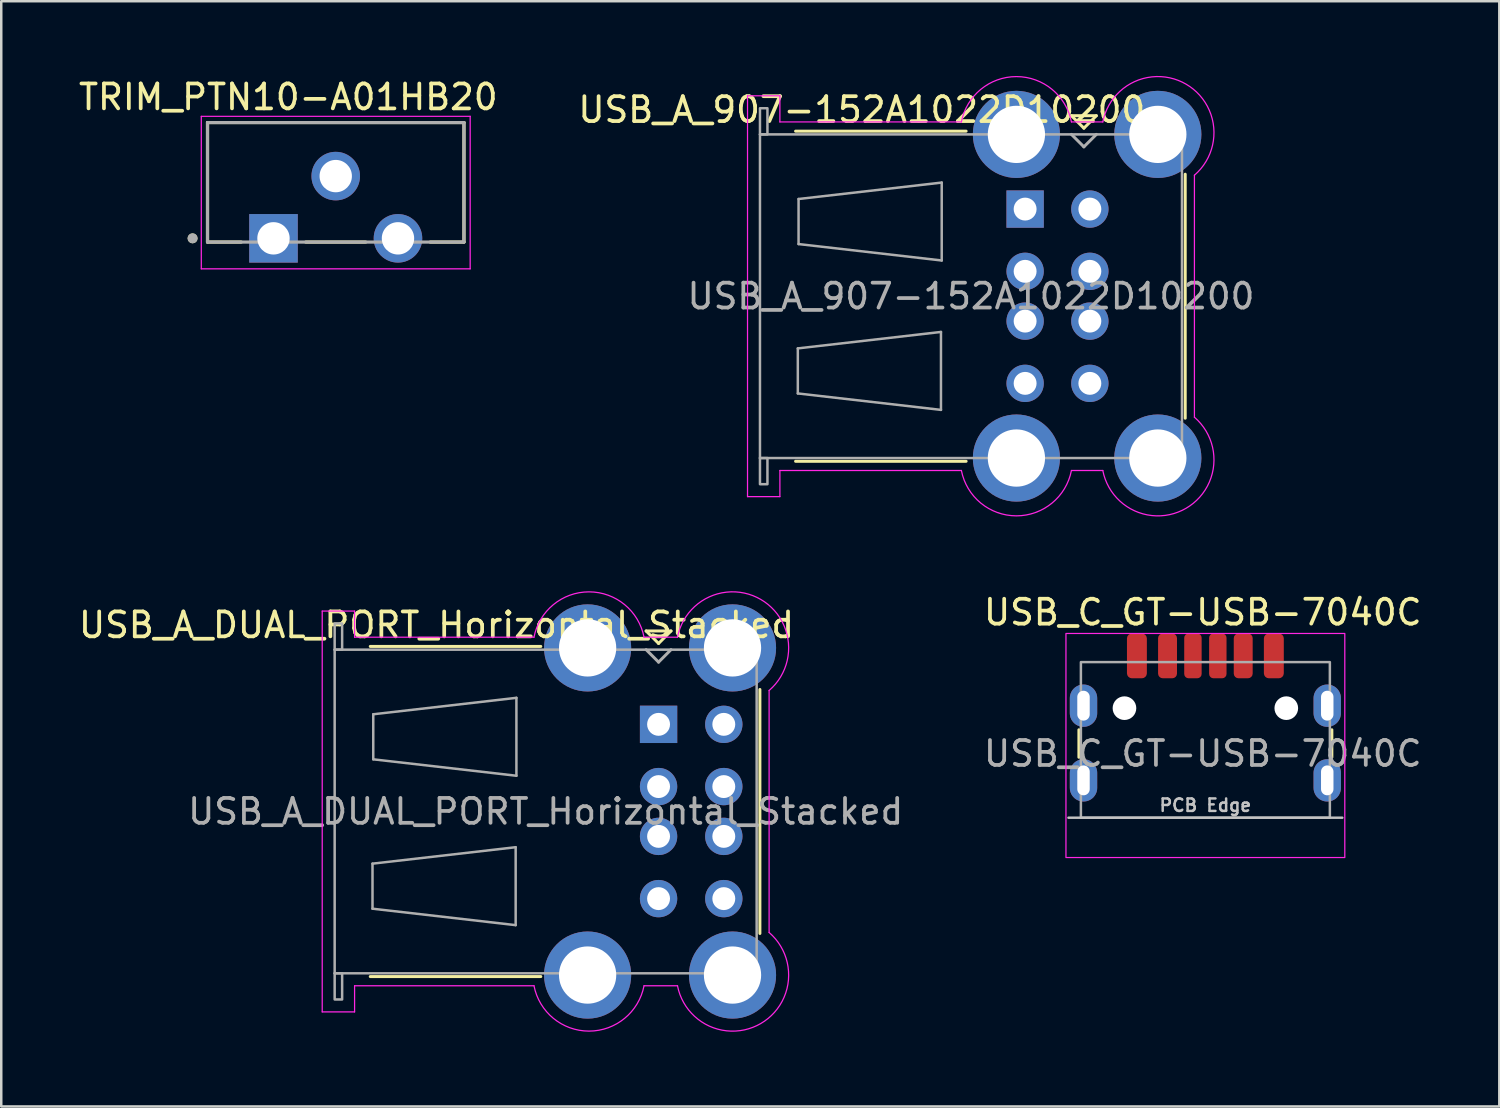
<source format=kicad_pcb>
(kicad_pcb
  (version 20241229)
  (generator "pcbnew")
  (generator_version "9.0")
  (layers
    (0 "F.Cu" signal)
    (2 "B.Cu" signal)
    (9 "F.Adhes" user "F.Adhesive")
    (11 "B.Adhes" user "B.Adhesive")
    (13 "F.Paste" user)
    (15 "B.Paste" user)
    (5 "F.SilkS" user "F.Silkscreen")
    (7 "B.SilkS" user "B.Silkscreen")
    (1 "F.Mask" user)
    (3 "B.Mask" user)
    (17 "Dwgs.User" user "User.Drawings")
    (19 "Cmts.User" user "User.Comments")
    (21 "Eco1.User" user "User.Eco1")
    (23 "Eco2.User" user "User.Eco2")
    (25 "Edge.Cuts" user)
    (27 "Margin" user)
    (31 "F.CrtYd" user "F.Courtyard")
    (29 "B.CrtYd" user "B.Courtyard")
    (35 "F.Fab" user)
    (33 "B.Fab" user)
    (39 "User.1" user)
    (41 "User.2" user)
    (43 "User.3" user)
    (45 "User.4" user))
  (footprint "USB_C_GT-USB-7040C"
    (layer "F.Cu")
    (at 45.365 28.294)
    (property "Reference" "USB_C_GT-USB-7040C" (at -0.105 -6.75 0) (unlocked yes) (layer "F.SilkS") (effects (font (size 1 1) (thickness 0.15))))
    (attr smd)
    (fp_line (start -5.08 -0.928) (end -5.08 -2.032) (stroke (width 0.12) (type solid)) (layer "F.SilkS"))
    (fp_line (start 5.08 -0.928) (end 5.08 -2.032) (stroke (width 0.12) (type solid)) (layer "F.SilkS"))
    (fp_line (start 5.5 1.5) (end -5.5 1.5) (stroke (width 0.1) (type solid)) (layer "Dwgs.User"))
    (fp_rect (start -5.6 -5.9) (end 5.6 3.1) (stroke (width 0.05) (type solid)) (fill no) (layer "F.CrtYd"))
    (fp_rect (start -5 -4.75) (end 5 1.5) (stroke (width 0.1) (type solid)) (fill no) (layer "F.Fab"))
    (fp_text user "PCB Edge" (at 0 1 0) (unlocked yes) (layer "Dwgs.User") (effects (font (size 0.5 0.5) (thickness 0.1))))
    (fp_text user "${REFERENCE}" (at -0.105 -1.075 0) (unlocked yes) (layer "F.Fab") (effects (font (size 1 1) (thickness 0.15))))
    (pad "" np_thru_hole circle (at -3.25 -2.9) (size 0.95 0.95) (drill 0.95) (layers "*.Cu" "*.Mask"))
    (pad "" np_thru_hole circle (at 3.25 -2.9) (size 0.95 0.95) (drill 0.95) (layers "*.Cu" "*.Mask"))
    (pad "A5" smd roundrect (at -0.5 -5) (size 0.7 1.8) (layers "F.Cu" "F.Mask" "F.Paste") (roundrect_rratio 0.25))
    (pad "A9" smd roundrect (at 1.52 -5 180) (size 0.76 1.8) (layers "F.Cu" "F.Mask" "F.Paste") (roundrect_rratio 0.25))
    (pad "A12" smd roundrect (at 2.75 -5 180) (size 0.8 1.8) (layers "F.Cu" "F.Mask" "F.Paste") (roundrect_rratio 0.25))
    (pad "B5" smd roundrect (at 0.5 -5 180) (size 0.7 1.8) (layers "F.Cu" "F.Mask" "F.Paste") (roundrect_rratio 0.25))
    (pad "B9" smd roundrect (at -1.52 -5) (size 0.76 1.8) (layers "F.Cu" "F.Mask" "F.Paste") (roundrect_rratio 0.25))
    (pad "B12" smd roundrect (at -2.75 -5) (size 0.8 1.8) (layers "F.Cu" "F.Mask" "F.Paste") (roundrect_rratio 0.25))
    (pad "S1" thru_hole oval (at -4.895 -3) (size 1.1 1.7) (drill oval 0.5 1.2) (layers "*.Cu" "*.Mask" "F.Paste"))
    (pad "S1" thru_hole oval (at -4.895 0) (size 1.1 1.7) (drill oval 0.5 1.2) (layers "*.Cu" "B.Mask" "F.Paste"))
    (pad "S1" thru_hole oval (at 4.895 -3) (size 1.1 1.7) (drill oval 0.5 1.2) (layers "*.Cu" "*.Mask" "F.Paste"))
    (pad "S1" thru_hole oval (at 4.895 0) (size 1.1 1.7) (drill oval 0.5 1.2) (layers "*.Cu" "*.Mask" "F.Paste")))
  (footprint "TRIM_PTN10-A01HB20"
    (layer "F.Cu")
    (at 10.435 4.023)
    (property "Reference" "TRIM_PTN10-A01HB20" (at -1.905 -3.175 0) (layer "F.SilkS") (effects (font (size 1 1) (thickness 0.15))))
    (attr through_hole)
    (fp_line (start -5.15 -2.15) (end 5.15 -2.15) (stroke (width 0.127) (type solid)) (layer "F.SilkS"))
    (fp_line (start -5.15 2.65) (end -5.15 -2.15) (stroke (width 0.127) (type solid)) (layer "F.SilkS"))
    (fp_line (start -5.15 2.65) (end -3.795 2.65) (stroke (width 0.127) (type solid)) (layer "F.SilkS"))
    (fp_line (start 1.205 2.65) (end -1.205 2.65) (stroke (width 0.127) (type solid)) (layer "F.SilkS"))
    (fp_line (start 5.15 -2.15) (end 5.15 2.65) (stroke (width 0.127) (type solid)) (layer "F.SilkS"))
    (fp_line (start 5.15 2.65) (end 3.795 2.65) (stroke (width 0.127) (type solid)) (layer "F.SilkS"))
    (fp_circle (center -5.75 2.5) (end -5.65 2.5) (stroke (width 0.2) (type solid)) (fill no) (layer "F.SilkS"))
    (fp_line (start -5.4 -2.4) (end -5.4 3.725) (stroke (width 0.05) (type solid)) (layer "F.CrtYd"))
    (fp_line (start -5.4 3.725) (end 5.4 3.725) (stroke (width 0.05) (type solid)) (layer "F.CrtYd"))
    (fp_line (start 5.4 -2.4) (end -5.4 -2.4) (stroke (width 0.05) (type solid)) (layer "F.CrtYd"))
    (fp_line (start 5.4 3.725) (end 5.4 -2.4) (stroke (width 0.05) (type solid)) (layer "F.CrtYd"))
    (fp_line (start -5.15 -2.15) (end 5.15 -2.15) (stroke (width 0.127) (type solid)) (layer "F.Fab"))
    (fp_line (start -5.15 2.65) (end -5.15 -2.15) (stroke (width 0.127) (type solid)) (layer "F.Fab"))
    (fp_line (start 5.15 -2.15) (end 5.15 2.65) (stroke (width 0.127) (type solid)) (layer "F.Fab"))
    (fp_line (start 5.15 2.65) (end -5.15 2.65) (stroke (width 0.127) (type solid)) (layer "F.Fab"))
    (fp_circle (center -5.75 2.5) (end -5.65 2.5) (stroke (width 0.2) (type solid)) (fill no) (layer "F.Fab"))
    (pad "1" thru_hole rect (at -2.5 2.5) (size 1.95 1.95) (drill 1.3) (layers "*.Cu" "*.Mask"))
    (pad "2" thru_hole circle (at 0 0) (size 1.95 1.95) (drill 1.3) (layers "*.Cu" "*.Mask"))
    (pad "3" thru_hole circle (at 2.5 2.5) (size 1.95 1.95) (drill 1.3) (layers "*.Cu" "*.Mask")))
  (footprint "USB_A_907-152A1022D10200"
    (layer "F.Cu")
    (at 38.125 5.348)
    (property "Reference" "USB_A_907-152A1022D10200" (at -6.56 -3.99 0) (layer "F.SilkS") (effects (font (size 1 1) (thickness 0.15))))
    (attr through_hole)
    (fp_line (start -9.22 10.13) (end -2.37 10.13) (stroke (width 0.12) (type solid)) (layer "F.SilkS"))
    (fp_line (start -2.37 -3.13) (end -9.22 -3.13) (stroke (width 0.12) (type solid)) (layer "F.SilkS"))
    (fp_line (start 1.86 -3.75) (end 2.36 -3.25) (stroke (width 0.12) (type solid)) (layer "F.SilkS"))
    (fp_line (start 2.36 -3.25) (end 2.86 -3.75) (stroke (width 0.12) (type solid)) (layer "F.SilkS"))
    (fp_line (start 2.86 -3.75) (end 1.86 -3.75) (stroke (width 0.12) (type solid)) (layer "F.SilkS"))
    (fp_line (start 6.43 8.4) (end 6.43 -1.4) (stroke (width 0.12) (type solid)) (layer "F.SilkS"))
    (fp_line (start -11.15 -4.55) (end -11.15 11.55) (stroke (width 0.05) (type solid)) (layer "F.CrtYd"))
    (fp_line (start -11.15 -4.55) (end -9.85 -4.55) (stroke (width 0.05) (type default)) (layer "F.CrtYd"))
    (fp_line (start -11.15 11.55) (end -9.85 11.55) (stroke (width 0.05) (type default)) (layer "F.CrtYd"))
    (fp_line (start -9.85 -4.55) (end -9.85 -3.5) (stroke (width 0.05) (type solid)) (layer "F.CrtYd"))
    (fp_line (start -9.85 10.5) (end -2.56 10.5) (stroke (width 0.05) (type solid)) (layer "F.CrtYd"))
    (fp_line (start -9.85 11.55) (end -9.85 10.5) (stroke (width 0.05) (type solid)) (layer "F.CrtYd"))
    (fp_line (start -2.56 -3.5) (end -9.85 -3.5) (stroke (width 0.05) (type solid)) (layer "F.CrtYd"))
    (fp_line (start 1.86 -3.5) (end 3.12 -3.5) (stroke (width 0.05) (type solid)) (layer "F.CrtYd"))
    (fp_line (start 1.86 10.5) (end 3.12 10.5) (stroke (width 0.05) (type solid)) (layer "F.CrtYd"))
    (fp_line (start 6.8 8.36) (end 6.8 -1.36) (stroke (width 0.05) (type solid)) (layer "F.CrtYd"))
    (fp_arc (start -2.56 -3.5) (mid -0.35 -5.321444) (end 1.86 -3.5) (stroke (width 0.05) (type solid)) (layer "F.CrtYd"))
    (fp_arc (start 1.86 10.5) (mid -0.35 12.321444) (end -2.56 10.5) (stroke (width 0.05) (type solid)) (layer "F.CrtYd"))
    (fp_arc (start 3.12 -3.5) (mid 6.464741 -5.017595) (end 6.8 -1.36) (stroke (width 0.05) (type solid)) (layer "F.CrtYd"))
    (fp_arc (start 5.33 10.07) (mid 5.33 10.07) (end 5.33 10.07) (stroke (width 0.05) (type solid)) (layer "F.CrtYd"))
    (fp_arc (start 6.8 8.36) (mid 6.464744 12.017599) (end 3.12 10.5) (stroke (width 0.05) (type solid)) (layer "F.CrtYd"))
    (fp_line (start -10.65 -3) (end -10.65 10) (stroke (width 0.1) (type solid)) (layer "F.Fab"))
    (fp_line (start -10.65 10) (end 6.3 10) (stroke (width 0.1) (type solid)) (layer "F.Fab"))
    (fp_line (start -9.13 5.595) (end -9.13 7.405) (stroke (width 0.1) (type solid)) (layer "F.Fab"))
    (fp_line (start -9.13 7.405) (end -3.38 8.065) (stroke (width 0.1) (type solid)) (layer "F.Fab"))
    (fp_line (start -9.1 -0.405) (end -9.1 1.405) (stroke (width 0.1) (type solid)) (layer "F.Fab"))
    (fp_line (start -9.1 1.405) (end -3.35 2.065) (stroke (width 0.1) (type solid)) (layer "F.Fab"))
    (fp_line (start -3.38 4.935) (end -9.13 5.595) (stroke (width 0.1) (type solid)) (layer "F.Fab"))
    (fp_line (start -3.38 8.065) (end -3.38 4.935) (stroke (width 0.1) (type solid)) (layer "F.Fab"))
    (fp_line (start -3.35 -1.065) (end -9.1 -0.405) (stroke (width 0.1) (type solid)) (layer "F.Fab"))
    (fp_line (start -3.35 2.065) (end -3.35 -1.065) (stroke (width 0.1) (type solid)) (layer "F.Fab"))
    (fp_line (start 2.36 -2.5) (end 1.86 -3) (stroke (width 0.12) (type solid)) (layer "F.Fab"))
    (fp_line (start 2.36 -2.5) (end 2.86 -3) (stroke (width 0.12) (type solid)) (layer "F.Fab"))
    (fp_line (start 6.3 -3) (end -10.65 -3) (stroke (width 0.1) (type solid)) (layer "F.Fab"))
    (fp_line (start 6.3 10) (end 6.3 -3) (stroke (width 0.1) (type solid)) (layer "F.Fab"))
    (fp_rect (start -10.65 -4.05) (end -10.35 -3) (stroke (width 0.1) (type default)) (fill no) (layer "F.Fab"))
    (fp_rect (start -10.65 10) (end -10.35 11.05) (stroke (width 0.1) (type default)) (fill no) (layer "F.Fab"))
    (fp_text user "${REFERENCE}" (at -2.175 3.5 0) (layer "F.Fab") (effects (font (size 1 1) (thickness 0.15))))
    (pad "1" thru_hole rect (at 0 0) (size 1.5 1.5) (drill 0.92) (layers "*.Cu" "*.Mask"))
    (pad "2" thru_hole circle (at 0 2.5) (size 1.5 1.5) (drill 0.92) (layers "*.Cu" "*.Mask"))
    (pad "3" thru_hole circle (at 0 4.5) (size 1.5 1.5) (drill 0.92) (layers "*.Cu" "*.Mask"))
    (pad "4" thru_hole circle (at 0 7) (size 1.5 1.5) (drill 0.92) (layers "*.Cu" "*.Mask"))
    (pad "5" thru_hole circle (at 2.6 0) (size 1.5 1.5) (drill 0.92) (layers "*.Cu" "*.Mask"))
    (pad "6" thru_hole circle (at 2.6 2.5) (size 1.5 1.5) (drill 0.92) (layers "*.Cu" "*.Mask"))
    (pad "7" thru_hole circle (at 2.6 4.5) (size 1.5 1.5) (drill 0.92) (layers "*.Cu" "*.Mask"))
    (pad "8" thru_hole circle (at 2.6 7) (size 1.5 1.5) (drill 0.92) (layers "*.Cu" "*.Mask"))
    (pad "9" thru_hole circle (at -0.35 -3) (size 3.5 3.5) (drill 2.3) (layers "*.Cu" "*.Mask"))
    (pad "9" thru_hole circle (at -0.35 10) (size 3.5 3.5) (drill 2.3) (layers "*.Cu" "*.Mask"))
    (pad "9" thru_hole circle (at 5.33 -3) (size 3.5 3.5) (drill 2.3) (layers "*.Cu" "*.Mask"))
    (pad "9" thru_hole circle (at 5.33 10) (size 3.5 3.5) (drill 2.3) (layers "*.Cu" "*.Mask")))
  (footprint "USB_A_DUAL_PORT_Horizontal_Stacked"
    (layer "F.Cu")
    (at 23.402 26.044)
    (property "Reference" "USB_A_DUAL_PORT_Horizontal_Stacked" (at -8.92 -3.99 0) (layer "F.SilkS") (effects (font (size 1 1) (thickness 0.15))))
    (attr through_hole)
    (fp_line (start -11.58 10.13) (end -4.73 10.13) (stroke (width 0.12) (type solid)) (layer "F.SilkS"))
    (fp_line (start -4.73 -3.13) (end -11.58 -3.13) (stroke (width 0.12) (type solid)) (layer "F.SilkS"))
    (fp_line (start -0.5 -3.75) (end 0 -3.25) (stroke (width 0.12) (type solid)) (layer "F.SilkS"))
    (fp_line (start 0 -3.25) (end 0.5 -3.75) (stroke (width 0.12) (type solid)) (layer "F.SilkS"))
    (fp_line (start 0.5 -3.75) (end -0.5 -3.75) (stroke (width 0.12) (type solid)) (layer "F.SilkS"))
    (fp_line (start 4.07 8.4) (end 4.07 -1.4) (stroke (width 0.12) (type solid)) (layer "F.SilkS"))
    (fp_line (start -13.51 -4.55) (end -13.51 11.55) (stroke (width 0.05) (type solid)) (layer "F.CrtYd"))
    (fp_line (start -13.51 -4.55) (end -12.21 -4.55) (stroke (width 0.05) (type default)) (layer "F.CrtYd"))
    (fp_line (start -13.51 11.55) (end -12.21 11.55) (stroke (width 0.05) (type default)) (layer "F.CrtYd"))
    (fp_line (start -12.21 -4.55) (end -12.21 -3.5) (stroke (width 0.05) (type solid)) (layer "F.CrtYd"))
    (fp_line (start -12.21 10.5) (end -5.004 10.5) (stroke (width 0.05) (type solid)) (layer "F.CrtYd"))
    (fp_line (start -12.21 11.55) (end -12.21 10.5) (stroke (width 0.05) (type solid)) (layer "F.CrtYd"))
    (fp_line (start -5.004 -3.5) (end -12.21 -3.5) (stroke (width 0.05) (type solid)) (layer "F.CrtYd"))
    (fp_line (start -0.584 -3.5) (end 0.76 -3.5) (stroke (width 0.05) (type solid)) (layer "F.CrtYd"))
    (fp_line (start -0.584 10.5) (end 0.76 10.5) (stroke (width 0.05) (type solid)) (layer "F.CrtYd"))
    (fp_line (start 4.44 8.36) (end 4.44 -1.36) (stroke (width 0.05) (type solid)) (layer "F.CrtYd"))
    (fp_arc (start -5.004 -3.5) (mid -2.794 -5.321444) (end -0.584 -3.5) (stroke (width 0.05) (type solid)) (layer "F.CrtYd"))
    (fp_arc (start -0.584 10.5) (mid -2.794 12.321444) (end -5.004 10.5) (stroke (width 0.05) (type solid)) (layer "F.CrtYd"))
    (fp_arc (start 0.76 -3.5) (mid 4.104744 -5.017597) (end 4.44 -1.36) (stroke (width 0.05) (type solid)) (layer "F.CrtYd"))
    (fp_arc (start 2.97 10.07) (mid 2.97 10.07) (end 2.97 10.07) (stroke (width 0.05) (type solid)) (layer "F.CrtYd"))
    (fp_arc (start 4.44 8.36) (mid 4.104745 12.017598) (end 0.76 10.5) (stroke (width 0.05) (type solid)) (layer "F.CrtYd"))
    (fp_line (start -13.01 -3) (end -13.01 10) (stroke (width 0.1) (type solid)) (layer "F.Fab"))
    (fp_line (start -13.01 10) (end 3.94 10) (stroke (width 0.1) (type solid)) (layer "F.Fab"))
    (fp_line (start -11.49 5.595) (end -11.49 7.405) (stroke (width 0.1) (type solid)) (layer "F.Fab"))
    (fp_line (start -11.49 7.405) (end -5.74 8.065) (stroke (width 0.1) (type solid)) (layer "F.Fab"))
    (fp_line (start -11.46 -0.405) (end -11.46 1.405) (stroke (width 0.1) (type solid)) (layer "F.Fab"))
    (fp_line (start -11.46 1.405) (end -5.71 2.065) (stroke (width 0.1) (type solid)) (layer "F.Fab"))
    (fp_line (start -5.74 4.935) (end -11.49 5.595) (stroke (width 0.1) (type solid)) (layer "F.Fab"))
    (fp_line (start -5.74 8.065) (end -5.74 4.935) (stroke (width 0.1) (type solid)) (layer "F.Fab"))
    (fp_line (start -5.71 -1.065) (end -11.46 -0.405) (stroke (width 0.1) (type solid)) (layer "F.Fab"))
    (fp_line (start -5.71 2.065) (end -5.71 -1.065) (stroke (width 0.1) (type solid)) (layer "F.Fab"))
    (fp_line (start 0 -2.5) (end -0.5 -3) (stroke (width 0.12) (type solid)) (layer "F.Fab"))
    (fp_line (start 0 -2.5) (end 0.5 -3) (stroke (width 0.12) (type solid)) (layer "F.Fab"))
    (fp_line (start 3.94 -3) (end -13.01 -3) (stroke (width 0.1) (type solid)) (layer "F.Fab"))
    (fp_line (start 3.94 10) (end 3.94 -3) (stroke (width 0.1) (type solid)) (layer "F.Fab"))
    (fp_rect (start -13.01 -4.05) (end -12.71 -3) (stroke (width 0.1) (type default)) (fill no) (layer "F.Fab"))
    (fp_rect (start -13.01 10) (end -12.71 11.05) (stroke (width 0.1) (type default)) (fill no) (layer "F.Fab"))
    (fp_text user "${REFERENCE}" (at -4.535 3.5 0) (layer "F.Fab") (effects (font (size 1 1) (thickness 0.15))))
    (pad "1" thru_hole rect (at 0 0) (size 1.5 1.5) (drill 0.92) (layers "*.Cu" "*.Mask"))
    (pad "2" thru_hole circle (at 0 2.5) (size 1.5 1.5) (drill 0.92) (layers "*.Cu" "*.Mask"))
    (pad "3" thru_hole circle (at 0 4.5) (size 1.5 1.5) (drill 0.92) (layers "*.Cu" "*.Mask"))
    (pad "4" thru_hole circle (at 0 7) (size 1.5 1.5) (drill 0.92) (layers "*.Cu" "*.Mask"))
    (pad "5" thru_hole circle (at 2.62 0) (size 1.5 1.5) (drill 0.92) (layers "*.Cu" "*.Mask"))
    (pad "6" thru_hole circle (at 2.62 2.5) (size 1.5 1.5) (drill 0.92) (layers "*.Cu" "*.Mask"))
    (pad "7" thru_hole circle (at 2.62 4.5) (size 1.5 1.5) (drill 0.92) (layers "*.Cu" "*.Mask"))
    (pad "8" thru_hole circle (at 2.62 7) (size 1.5 1.5) (drill 0.92) (layers "*.Cu" "*.Mask"))
    (pad "9" thru_hole circle (at -2.85 -3.07) (size 3.5 3.5) (drill 2.3) (layers "*.Cu" "*.Mask"))
    (pad "9" thru_hole circle (at -2.85 10.07) (size 3.5 3.5) (drill 2.3) (layers "*.Cu" "*.Mask"))
    (pad "9" thru_hole circle (at 2.97 -3.07) (size 3.5 3.5) (drill 2.3) (layers "*.Cu" "*.Mask"))
    (pad "9" thru_hole circle (at 2.97 10.07) (size 3.5 3.5) (drill 2.3) (layers "*.Cu" "*.Mask")))
  (gr_rect
    (start -3 -3)
    (end 57.171 41.392)
    (stroke (width 0.1) (type default))
    (fill no)
    (layer "Edge.Cuts")))
</source>
